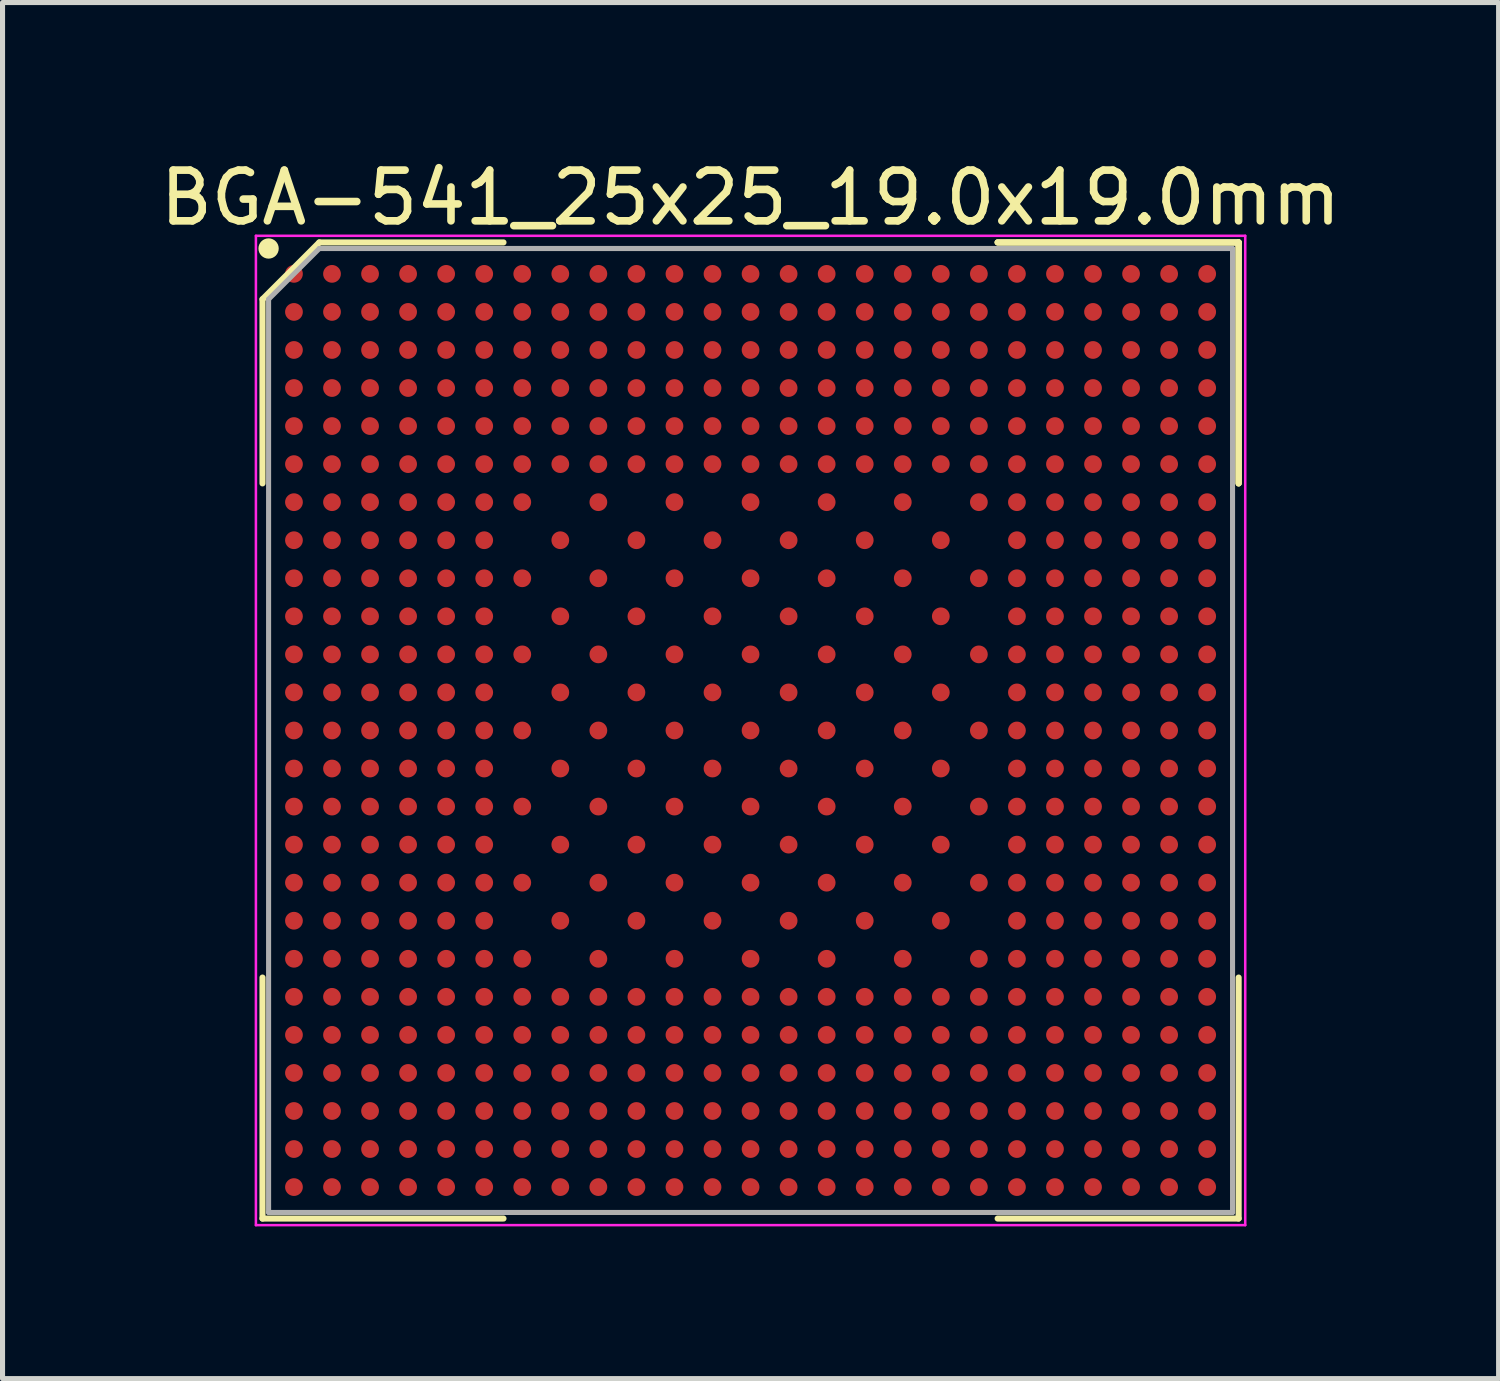
<source format=kicad_pcb>
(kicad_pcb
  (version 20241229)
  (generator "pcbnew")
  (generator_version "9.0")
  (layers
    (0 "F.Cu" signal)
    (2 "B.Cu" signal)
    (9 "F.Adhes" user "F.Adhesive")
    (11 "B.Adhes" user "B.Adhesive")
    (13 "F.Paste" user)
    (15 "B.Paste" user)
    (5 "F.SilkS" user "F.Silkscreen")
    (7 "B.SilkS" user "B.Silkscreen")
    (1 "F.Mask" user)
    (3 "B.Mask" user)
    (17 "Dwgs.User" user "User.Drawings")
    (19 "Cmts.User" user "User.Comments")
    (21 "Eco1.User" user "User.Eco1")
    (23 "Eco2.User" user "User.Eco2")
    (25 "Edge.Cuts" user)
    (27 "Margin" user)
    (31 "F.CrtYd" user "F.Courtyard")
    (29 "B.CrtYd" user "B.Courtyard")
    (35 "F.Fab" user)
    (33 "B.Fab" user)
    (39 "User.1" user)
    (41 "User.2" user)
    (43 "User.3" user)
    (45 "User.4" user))
  (footprint "BGA-541_25x25_19.0x19.0mm"
    (layer "F.Cu")
    (at 11.744 11.348)
    (property "Reference" "BGA-541_25x25_19.0x19.0mm" (at 0 -10.5 0) (layer "F.SilkS") (effects (font (size 1 1) (thickness 0.15))))
    (attr smd)
    (fp_line (start -9.62 -8.5) (end -9.62 -4.87) (stroke (width 0.12) (type solid)) (layer "F.SilkS"))
    (fp_line (start -9.62 9.62) (end -9.62 4.87) (stroke (width 0.12) (type solid)) (layer "F.SilkS"))
    (fp_line (start -8.5 -9.62) (end -9.62 -8.5) (stroke (width 0.12) (type solid)) (layer "F.SilkS"))
    (fp_line (start -4.87 -9.62) (end -8.5 -9.62) (stroke (width 0.12) (type solid)) (layer "F.SilkS"))
    (fp_line (start -4.87 9.62) (end -9.62 9.62) (stroke (width 0.12) (type solid)) (layer "F.SilkS"))
    (fp_line (start 4.87 -9.62) (end 9.62 -9.62) (stroke (width 0.12) (type solid)) (layer "F.SilkS"))
    (fp_line (start 4.87 -9.62) (end 9.62 -9.62) (stroke (width 0.12) (type solid)) (layer "F.SilkS"))
    (fp_line (start 4.87 -9.62) (end 9.62 -9.62) (stroke (width 0.12) (type solid)) (layer "F.SilkS"))
    (fp_line (start 4.87 9.62) (end 9.62 9.62) (stroke (width 0.12) (type solid)) (layer "F.SilkS"))
    (fp_line (start 9.62 -9.62) (end 9.62 -4.87) (stroke (width 0.12) (type solid)) (layer "F.SilkS"))
    (fp_line (start 9.62 -9.62) (end 9.62 -4.87) (stroke (width 0.12) (type solid)) (layer "F.SilkS"))
    (fp_line (start 9.62 -9.62) (end 9.62 -4.87) (stroke (width 0.12) (type solid)) (layer "F.SilkS"))
    (fp_line (start 9.62 9.62) (end 9.62 4.87) (stroke (width 0.12) (type solid)) (layer "F.SilkS"))
    (fp_circle (center -9.5 -9.5) (end -9.5 -9.4) (stroke (width 0.2) (type solid)) (fill no) (layer "F.SilkS"))
    (fp_line (start -9.75 -9.75) (end 9.75 -9.75) (stroke (width 0.05) (type solid)) (layer "F.CrtYd"))
    (fp_line (start -9.75 9.75) (end -9.75 -9.75) (stroke (width 0.05) (type solid)) (layer "F.CrtYd"))
    (fp_line (start 9.75 -9.75) (end 9.75 9.75) (stroke (width 0.05) (type solid)) (layer "F.CrtYd"))
    (fp_line (start 9.75 9.75) (end -9.75 9.75) (stroke (width 0.05) (type solid)) (layer "F.CrtYd"))
    (fp_line (start -9.5 -8.5) (end -9.5 9.5) (stroke (width 0.1) (type solid)) (layer "F.Fab"))
    (fp_line (start -9.5 9.5) (end 9.5 9.5) (stroke (width 0.1) (type solid)) (layer "F.Fab"))
    (fp_line (start -8.5 -9.5) (end -9.5 -8.5) (stroke (width 0.1) (type solid)) (layer "F.Fab"))
    (fp_line (start 9.5 -9.5) (end -8.5 -9.5) (stroke (width 0.1) (type solid)) (layer "F.Fab"))
    (fp_line (start 9.5 9.5) (end 9.5 -9.5) (stroke (width 0.1) (type solid)) (layer "F.Fab"))
    (pad "A1" smd circle (at -9 -9) (size 0.35 0.35) (layers "F.Cu" "F.Mask" "F.Paste"))
    (pad "A2" smd circle (at -8.25 -9) (size 0.35 0.35) (layers "F.Cu" "F.Mask" "F.Paste"))
    (pad "A3" smd circle (at -7.5 -9) (size 0.35 0.35) (layers "F.Cu" "F.Mask" "F.Paste"))
    (pad "A4" smd circle (at -6.75 -9) (size 0.35 0.35) (layers "F.Cu" "F.Mask" "F.Paste"))
    (pad "A5" smd circle (at -6 -9) (size 0.35 0.35) (layers "F.Cu" "F.Mask" "F.Paste"))
    (pad "A6" smd circle (at -5.25 -9) (size 0.35 0.35) (layers "F.Cu" "F.Mask" "F.Paste"))
    (pad "A7" smd circle (at -4.5 -9) (size 0.35 0.35) (layers "F.Cu" "F.Mask" "F.Paste"))
    (pad "A8" smd circle (at -3.75 -9) (size 0.35 0.35) (layers "F.Cu" "F.Mask" "F.Paste"))
    (pad "A9" smd circle (at -3 -9) (size 0.35 0.35) (layers "F.Cu" "F.Mask" "F.Paste"))
    (pad "A10" smd circle (at -2.25 -9) (size 0.35 0.35) (layers "F.Cu" "F.Mask" "F.Paste"))
    (pad "A11" smd circle (at -1.5 -9) (size 0.35 0.35) (layers "F.Cu" "F.Mask" "F.Paste"))
    (pad "A12" smd circle (at -0.75 -9) (size 0.35 0.35) (layers "F.Cu" "F.Mask" "F.Paste"))
    (pad "A13" smd circle (at 0 -9) (size 0.35 0.35) (layers "F.Cu" "F.Mask" "F.Paste"))
    (pad "A14" smd circle (at 0.75 -9) (size 0.35 0.35) (layers "F.Cu" "F.Mask" "F.Paste"))
    (pad "A15" smd circle (at 1.5 -9) (size 0.35 0.35) (layers "F.Cu" "F.Mask" "F.Paste"))
    (pad "A16" smd circle (at 2.25 -9) (size 0.35 0.35) (layers "F.Cu" "F.Mask" "F.Paste"))
    (pad "A17" smd circle (at 3 -9) (size 0.35 0.35) (layers "F.Cu" "F.Mask" "F.Paste"))
    (pad "A18" smd circle (at 3.75 -9) (size 0.35 0.35) (layers "F.Cu" "F.Mask" "F.Paste"))
    (pad "A19" smd circle (at 4.5 -9) (size 0.35 0.35) (layers "F.Cu" "F.Mask" "F.Paste"))
    (pad "A20" smd circle (at 5.25 -9) (size 0.35 0.35) (layers "F.Cu" "F.Mask" "F.Paste"))
    (pad "A21" smd circle (at 6 -9) (size 0.35 0.35) (layers "F.Cu" "F.Mask" "F.Paste"))
    (pad "A22" smd circle (at 6.75 -9) (size 0.35 0.35) (layers "F.Cu" "F.Mask" "F.Paste"))
    (pad "A23" smd circle (at 7.5 -9) (size 0.35 0.35) (layers "F.Cu" "F.Mask" "F.Paste"))
    (pad "A24" smd circle (at 8.25 -9) (size 0.35 0.35) (layers "F.Cu" "F.Mask" "F.Paste"))
    (pad "A25" smd circle (at 9 -9) (size 0.35 0.35) (layers "F.Cu" "F.Mask" "F.Paste"))
    (pad "AA1" smd circle (at -9 6) (size 0.35 0.35) (layers "F.Cu" "F.Mask" "F.Paste"))
    (pad "AA2" smd circle (at -8.25 6) (size 0.35 0.35) (layers "F.Cu" "F.Mask" "F.Paste"))
    (pad "AA3" smd circle (at -7.5 6) (size 0.35 0.35) (layers "F.Cu" "F.Mask" "F.Paste"))
    (pad "AA4" smd circle (at -6.75 6) (size 0.35 0.35) (layers "F.Cu" "F.Mask" "F.Paste"))
    (pad "AA5" smd circle (at -6 6) (size 0.35 0.35) (layers "F.Cu" "F.Mask" "F.Paste"))
    (pad "AA6" smd circle (at -5.25 6) (size 0.35 0.35) (layers "F.Cu" "F.Mask" "F.Paste"))
    (pad "AA7" smd circle (at -4.5 6) (size 0.35 0.35) (layers "F.Cu" "F.Mask" "F.Paste"))
    (pad "AA8" smd circle (at -3.75 6) (size 0.35 0.35) (layers "F.Cu" "F.Mask" "F.Paste"))
    (pad "AA9" smd circle (at -3 6) (size 0.35 0.35) (layers "F.Cu" "F.Mask" "F.Paste"))
    (pad "AA10" smd circle (at -2.25 6) (size 0.35 0.35) (layers "F.Cu" "F.Mask" "F.Paste"))
    (pad "AA11" smd circle (at -1.5 6) (size 0.35 0.35) (layers "F.Cu" "F.Mask" "F.Paste"))
    (pad "AA12" smd circle (at -0.75 6) (size 0.35 0.35) (layers "F.Cu" "F.Mask" "F.Paste"))
    (pad "AA13" smd circle (at 0 6) (size 0.35 0.35) (layers "F.Cu" "F.Mask" "F.Paste"))
    (pad "AA14" smd circle (at 0.75 6) (size 0.35 0.35) (layers "F.Cu" "F.Mask" "F.Paste"))
    (pad "AA15" smd circle (at 1.5 6) (size 0.35 0.35) (layers "F.Cu" "F.Mask" "F.Paste"))
    (pad "AA16" smd circle (at 2.25 6) (size 0.35 0.35) (layers "F.Cu" "F.Mask" "F.Paste"))
    (pad "AA17" smd circle (at 3 6) (size 0.35 0.35) (layers "F.Cu" "F.Mask" "F.Paste"))
    (pad "AA18" smd circle (at 3.75 6) (size 0.35 0.35) (layers "F.Cu" "F.Mask" "F.Paste"))
    (pad "AA19" smd circle (at 4.5 6) (size 0.35 0.35) (layers "F.Cu" "F.Mask" "F.Paste"))
    (pad "AA20" smd circle (at 5.25 6) (size 0.35 0.35) (layers "F.Cu" "F.Mask" "F.Paste"))
    (pad "AA21" smd circle (at 6 6) (size 0.35 0.35) (layers "F.Cu" "F.Mask" "F.Paste"))
    (pad "AA22" smd circle (at 6.75 6) (size 0.35 0.35) (layers "F.Cu" "F.Mask" "F.Paste"))
    (pad "AA23" smd circle (at 7.5 6) (size 0.35 0.35) (layers "F.Cu" "F.Mask" "F.Paste"))
    (pad "AA24" smd circle (at 8.25 6) (size 0.35 0.35) (layers "F.Cu" "F.Mask" "F.Paste"))
    (pad "AA25" smd circle (at 9 6) (size 0.35 0.35) (layers "F.Cu" "F.Mask" "F.Paste"))
    (pad "AB1" smd circle (at -9 6.75) (size 0.35 0.35) (layers "F.Cu" "F.Mask" "F.Paste"))
    (pad "AB2" smd circle (at -8.25 6.75) (size 0.35 0.35) (layers "F.Cu" "F.Mask" "F.Paste"))
    (pad "AB3" smd circle (at -7.5 6.75) (size 0.35 0.35) (layers "F.Cu" "F.Mask" "F.Paste"))
    (pad "AB4" smd circle (at -6.75 6.75) (size 0.35 0.35) (layers "F.Cu" "F.Mask" "F.Paste"))
    (pad "AB5" smd circle (at -6 6.75) (size 0.35 0.35) (layers "F.Cu" "F.Mask" "F.Paste"))
    (pad "AB6" smd circle (at -5.25 6.75) (size 0.35 0.35) (layers "F.Cu" "F.Mask" "F.Paste"))
    (pad "AB7" smd circle (at -4.5 6.75) (size 0.35 0.35) (layers "F.Cu" "F.Mask" "F.Paste"))
    (pad "AB8" smd circle (at -3.75 6.75) (size 0.35 0.35) (layers "F.Cu" "F.Mask" "F.Paste"))
    (pad "AB9" smd circle (at -3 6.75) (size 0.35 0.35) (layers "F.Cu" "F.Mask" "F.Paste"))
    (pad "AB10" smd circle (at -2.25 6.75) (size 0.35 0.35) (layers "F.Cu" "F.Mask" "F.Paste"))
    (pad "AB11" smd circle (at -1.5 6.75) (size 0.35 0.35) (layers "F.Cu" "F.Mask" "F.Paste"))
    (pad "AB12" smd circle (at -0.75 6.75) (size 0.35 0.35) (layers "F.Cu" "F.Mask" "F.Paste"))
    (pad "AB13" smd circle (at 0 6.75) (size 0.35 0.35) (layers "F.Cu" "F.Mask" "F.Paste"))
    (pad "AB14" smd circle (at 0.75 6.75) (size 0.35 0.35) (layers "F.Cu" "F.Mask" "F.Paste"))
    (pad "AB15" smd circle (at 1.5 6.75) (size 0.35 0.35) (layers "F.Cu" "F.Mask" "F.Paste"))
    (pad "AB16" smd circle (at 2.25 6.75) (size 0.35 0.35) (layers "F.Cu" "F.Mask" "F.Paste"))
    (pad "AB17" smd circle (at 3 6.75) (size 0.35 0.35) (layers "F.Cu" "F.Mask" "F.Paste"))
    (pad "AB18" smd circle (at 3.75 6.75) (size 0.35 0.35) (layers "F.Cu" "F.Mask" "F.Paste"))
    (pad "AB19" smd circle (at 4.5 6.75) (size 0.35 0.35) (layers "F.Cu" "F.Mask" "F.Paste"))
    (pad "AB20" smd circle (at 5.25 6.75) (size 0.35 0.35) (layers "F.Cu" "F.Mask" "F.Paste"))
    (pad "AB21" smd circle (at 6 6.75) (size 0.35 0.35) (layers "F.Cu" "F.Mask" "F.Paste"))
    (pad "AB22" smd circle (at 6.75 6.75) (size 0.35 0.35) (layers "F.Cu" "F.Mask" "F.Paste"))
    (pad "AB23" smd circle (at 7.5 6.75) (size 0.35 0.35) (layers "F.Cu" "F.Mask" "F.Paste"))
    (pad "AB24" smd circle (at 8.25 6.75) (size 0.35 0.35) (layers "F.Cu" "F.Mask" "F.Paste"))
    (pad "AB25" smd circle (at 9 6.75) (size 0.35 0.35) (layers "F.Cu" "F.Mask" "F.Paste"))
    (pad "AC1" smd circle (at -9 7.5) (size 0.35 0.35) (layers "F.Cu" "F.Mask" "F.Paste"))
    (pad "AC2" smd circle (at -8.25 7.5) (size 0.35 0.35) (layers "F.Cu" "F.Mask" "F.Paste"))
    (pad "AC3" smd circle (at -7.5 7.5) (size 0.35 0.35) (layers "F.Cu" "F.Mask" "F.Paste"))
    (pad "AC4" smd circle (at -6.75 7.5) (size 0.35 0.35) (layers "F.Cu" "F.Mask" "F.Paste"))
    (pad "AC5" smd circle (at -6 7.5) (size 0.35 0.35) (layers "F.Cu" "F.Mask" "F.Paste"))
    (pad "AC6" smd circle (at -5.25 7.5) (size 0.35 0.35) (layers "F.Cu" "F.Mask" "F.Paste"))
    (pad "AC7" smd circle (at -4.5 7.5) (size 0.35 0.35) (layers "F.Cu" "F.Mask" "F.Paste"))
    (pad "AC8" smd circle (at -3.75 7.5) (size 0.35 0.35) (layers "F.Cu" "F.Mask" "F.Paste"))
    (pad "AC9" smd circle (at -3 7.5) (size 0.35 0.35) (layers "F.Cu" "F.Mask" "F.Paste"))
    (pad "AC10" smd circle (at -2.25 7.5) (size 0.35 0.35) (layers "F.Cu" "F.Mask" "F.Paste"))
    (pad "AC11" smd circle (at -1.5 7.5) (size 0.35 0.35) (layers "F.Cu" "F.Mask" "F.Paste"))
    (pad "AC12" smd circle (at -0.75 7.5) (size 0.35 0.35) (layers "F.Cu" "F.Mask" "F.Paste"))
    (pad "AC13" smd circle (at 0 7.5) (size 0.35 0.35) (layers "F.Cu" "F.Mask" "F.Paste"))
    (pad "AC14" smd circle (at 0.75 7.5) (size 0.35 0.35) (layers "F.Cu" "F.Mask" "F.Paste"))
    (pad "AC15" smd circle (at 1.5 7.5) (size 0.35 0.35) (layers "F.Cu" "F.Mask" "F.Paste"))
    (pad "AC16" smd circle (at 2.25 7.5) (size 0.35 0.35) (layers "F.Cu" "F.Mask" "F.Paste"))
    (pad "AC17" smd circle (at 3 7.5) (size 0.35 0.35) (layers "F.Cu" "F.Mask" "F.Paste"))
    (pad "AC18" smd circle (at 3.75 7.5) (size 0.35 0.35) (layers "F.Cu" "F.Mask" "F.Paste"))
    (pad "AC19" smd circle (at 4.5 7.5) (size 0.35 0.35) (layers "F.Cu" "F.Mask" "F.Paste"))
    (pad "AC20" smd circle (at 5.25 7.5) (size 0.35 0.35) (layers "F.Cu" "F.Mask" "F.Paste"))
    (pad "AC21" smd circle (at 6 7.5) (size 0.35 0.35) (layers "F.Cu" "F.Mask" "F.Paste"))
    (pad "AC22" smd circle (at 6.75 7.5) (size 0.35 0.35) (layers "F.Cu" "F.Mask" "F.Paste"))
    (pad "AC23" smd circle (at 7.5 7.5) (size 0.35 0.35) (layers "F.Cu" "F.Mask" "F.Paste"))
    (pad "AC24" smd circle (at 8.25 7.5) (size 0.35 0.35) (layers "F.Cu" "F.Mask" "F.Paste"))
    (pad "AC25" smd circle (at 9 7.5) (size 0.35 0.35) (layers "F.Cu" "F.Mask" "F.Paste"))
    (pad "AD1" smd circle (at -9 8.25) (size 0.35 0.35) (layers "F.Cu" "F.Mask" "F.Paste"))
    (pad "AD2" smd circle (at -8.25 8.25) (size 0.35 0.35) (layers "F.Cu" "F.Mask" "F.Paste"))
    (pad "AD3" smd circle (at -7.5 8.25) (size 0.35 0.35) (layers "F.Cu" "F.Mask" "F.Paste"))
    (pad "AD4" smd circle (at -6.75 8.25) (size 0.35 0.35) (layers "F.Cu" "F.Mask" "F.Paste"))
    (pad "AD5" smd circle (at -6 8.25) (size 0.35 0.35) (layers "F.Cu" "F.Mask" "F.Paste"))
    (pad "AD6" smd circle (at -5.25 8.25) (size 0.35 0.35) (layers "F.Cu" "F.Mask" "F.Paste"))
    (pad "AD7" smd circle (at -4.5 8.25) (size 0.35 0.35) (layers "F.Cu" "F.Mask" "F.Paste"))
    (pad "AD8" smd circle (at -3.75 8.25) (size 0.35 0.35) (layers "F.Cu" "F.Mask" "F.Paste"))
    (pad "AD9" smd circle (at -3 8.25) (size 0.35 0.35) (layers "F.Cu" "F.Mask" "F.Paste"))
    (pad "AD10" smd circle (at -2.25 8.25) (size 0.35 0.35) (layers "F.Cu" "F.Mask" "F.Paste"))
    (pad "AD11" smd circle (at -1.5 8.25) (size 0.35 0.35) (layers "F.Cu" "F.Mask" "F.Paste"))
    (pad "AD12" smd circle (at -0.75 8.25) (size 0.35 0.35) (layers "F.Cu" "F.Mask" "F.Paste"))
    (pad "AD13" smd circle (at 0 8.25) (size 0.35 0.35) (layers "F.Cu" "F.Mask" "F.Paste"))
    (pad "AD14" smd circle (at 0.75 8.25) (size 0.35 0.35) (layers "F.Cu" "F.Mask" "F.Paste"))
    (pad "AD15" smd circle (at 1.5 8.25) (size 0.35 0.35) (layers "F.Cu" "F.Mask" "F.Paste"))
    (pad "AD16" smd circle (at 2.25 8.25) (size 0.35 0.35) (layers "F.Cu" "F.Mask" "F.Paste"))
    (pad "AD17" smd circle (at 3 8.25) (size 0.35 0.35) (layers "F.Cu" "F.Mask" "F.Paste"))
    (pad "AD18" smd circle (at 3.75 8.25) (size 0.35 0.35) (layers "F.Cu" "F.Mask" "F.Paste"))
    (pad "AD19" smd circle (at 4.5 8.25) (size 0.35 0.35) (layers "F.Cu" "F.Mask" "F.Paste"))
    (pad "AD20" smd circle (at 5.25 8.25) (size 0.35 0.35) (layers "F.Cu" "F.Mask" "F.Paste"))
    (pad "AD21" smd circle (at 6 8.25) (size 0.35 0.35) (layers "F.Cu" "F.Mask" "F.Paste"))
    (pad "AD22" smd circle (at 6.75 8.25) (size 0.35 0.35) (layers "F.Cu" "F.Mask" "F.Paste"))
    (pad "AD23" smd circle (at 7.5 8.25) (size 0.35 0.35) (layers "F.Cu" "F.Mask" "F.Paste"))
    (pad "AD24" smd circle (at 8.25 8.25) (size 0.35 0.35) (layers "F.Cu" "F.Mask" "F.Paste"))
    (pad "AD25" smd circle (at 9 8.25) (size 0.35 0.35) (layers "F.Cu" "F.Mask" "F.Paste"))
    (pad "AE1" smd circle (at -9 9) (size 0.35 0.35) (layers "F.Cu" "F.Mask" "F.Paste"))
    (pad "AE2" smd circle (at -8.25 9) (size 0.35 0.35) (layers "F.Cu" "F.Mask" "F.Paste"))
    (pad "AE3" smd circle (at -7.5 9) (size 0.35 0.35) (layers "F.Cu" "F.Mask" "F.Paste"))
    (pad "AE4" smd circle (at -6.75 9) (size 0.35 0.35) (layers "F.Cu" "F.Mask" "F.Paste"))
    (pad "AE5" smd circle (at -6 9) (size 0.35 0.35) (layers "F.Cu" "F.Mask" "F.Paste"))
    (pad "AE6" smd circle (at -5.25 9) (size 0.35 0.35) (layers "F.Cu" "F.Mask" "F.Paste"))
    (pad "AE7" smd circle (at -4.5 9) (size 0.35 0.35) (layers "F.Cu" "F.Mask" "F.Paste"))
    (pad "AE8" smd circle (at -3.75 9) (size 0.35 0.35) (layers "F.Cu" "F.Mask" "F.Paste"))
    (pad "AE9" smd circle (at -3 9) (size 0.35 0.35) (layers "F.Cu" "F.Mask" "F.Paste"))
    (pad "AE10" smd circle (at -2.25 9) (size 0.35 0.35) (layers "F.Cu" "F.Mask" "F.Paste"))
    (pad "AE11" smd circle (at -1.5 9) (size 0.35 0.35) (layers "F.Cu" "F.Mask" "F.Paste"))
    (pad "AE12" smd circle (at -0.75 9) (size 0.35 0.35) (layers "F.Cu" "F.Mask" "F.Paste"))
    (pad "AE13" smd circle (at 0 9) (size 0.35 0.35) (layers "F.Cu" "F.Mask" "F.Paste"))
    (pad "AE14" smd circle (at 0.75 9) (size 0.35 0.35) (layers "F.Cu" "F.Mask" "F.Paste"))
    (pad "AE15" smd circle (at 1.5 9) (size 0.35 0.35) (layers "F.Cu" "F.Mask" "F.Paste"))
    (pad "AE16" smd circle (at 2.25 9) (size 0.35 0.35) (layers "F.Cu" "F.Mask" "F.Paste"))
    (pad "AE17" smd circle (at 3 9) (size 0.35 0.35) (layers "F.Cu" "F.Mask" "F.Paste"))
    (pad "AE18" smd circle (at 3.75 9) (size 0.35 0.35) (layers "F.Cu" "F.Mask" "F.Paste"))
    (pad "AE19" smd circle (at 4.5 9) (size 0.35 0.35) (layers "F.Cu" "F.Mask" "F.Paste"))
    (pad "AE20" smd circle (at 5.25 9) (size 0.35 0.35) (layers "F.Cu" "F.Mask" "F.Paste"))
    (pad "AE21" smd circle (at 6 9) (size 0.35 0.35) (layers "F.Cu" "F.Mask" "F.Paste"))
    (pad "AE22" smd circle (at 6.75 9) (size 0.35 0.35) (layers "F.Cu" "F.Mask" "F.Paste"))
    (pad "AE23" smd circle (at 7.5 9) (size 0.35 0.35) (layers "F.Cu" "F.Mask" "F.Paste"))
    (pad "AE24" smd circle (at 8.25 9) (size 0.35 0.35) (layers "F.Cu" "F.Mask" "F.Paste"))
    (pad "AE25" smd circle (at 9 9) (size 0.35 0.35) (layers "F.Cu" "F.Mask" "F.Paste"))
    (pad "B1" smd circle (at -9 -8.25) (size 0.35 0.35) (layers "F.Cu" "F.Mask" "F.Paste"))
    (pad "B2" smd circle (at -8.25 -8.25) (size 0.35 0.35) (layers "F.Cu" "F.Mask" "F.Paste"))
    (pad "B3" smd circle (at -7.5 -8.25) (size 0.35 0.35) (layers "F.Cu" "F.Mask" "F.Paste"))
    (pad "B4" smd circle (at -6.75 -8.25) (size 0.35 0.35) (layers "F.Cu" "F.Mask" "F.Paste"))
    (pad "B5" smd circle (at -6 -8.25) (size 0.35 0.35) (layers "F.Cu" "F.Mask" "F.Paste"))
    (pad "B6" smd circle (at -5.25 -8.25) (size 0.35 0.35) (layers "F.Cu" "F.Mask" "F.Paste"))
    (pad "B7" smd circle (at -4.5 -8.25) (size 0.35 0.35) (layers "F.Cu" "F.Mask" "F.Paste"))
    (pad "B8" smd circle (at -3.75 -8.25) (size 0.35 0.35) (layers "F.Cu" "F.Mask" "F.Paste"))
    (pad "B9" smd circle (at -3 -8.25) (size 0.35 0.35) (layers "F.Cu" "F.Mask" "F.Paste"))
    (pad "B10" smd circle (at -2.25 -8.25) (size 0.35 0.35) (layers "F.Cu" "F.Mask" "F.Paste"))
    (pad "B11" smd circle (at -1.5 -8.25) (size 0.35 0.35) (layers "F.Cu" "F.Mask" "F.Paste"))
    (pad "B12" smd circle (at -0.75 -8.25) (size 0.35 0.35) (layers "F.Cu" "F.Mask" "F.Paste"))
    (pad "B13" smd circle (at 0 -8.25) (size 0.35 0.35) (layers "F.Cu" "F.Mask" "F.Paste"))
    (pad "B14" smd circle (at 0.75 -8.25) (size 0.35 0.35) (layers "F.Cu" "F.Mask" "F.Paste"))
    (pad "B15" smd circle (at 1.5 -8.25) (size 0.35 0.35) (layers "F.Cu" "F.Mask" "F.Paste"))
    (pad "B16" smd circle (at 2.25 -8.25) (size 0.35 0.35) (layers "F.Cu" "F.Mask" "F.Paste"))
    (pad "B17" smd circle (at 3 -8.25) (size 0.35 0.35) (layers "F.Cu" "F.Mask" "F.Paste"))
    (pad "B18" smd circle (at 3.75 -8.25) (size 0.35 0.35) (layers "F.Cu" "F.Mask" "F.Paste"))
    (pad "B19" smd circle (at 4.5 -8.25) (size 0.35 0.35) (layers "F.Cu" "F.Mask" "F.Paste"))
    (pad "B20" smd circle (at 5.25 -8.25) (size 0.35 0.35) (layers "F.Cu" "F.Mask" "F.Paste"))
    (pad "B21" smd circle (at 6 -8.25) (size 0.35 0.35) (layers "F.Cu" "F.Mask" "F.Paste"))
    (pad "B22" smd circle (at 6.75 -8.25) (size 0.35 0.35) (layers "F.Cu" "F.Mask" "F.Paste"))
    (pad "B23" smd circle (at 7.5 -8.25) (size 0.35 0.35) (layers "F.Cu" "F.Mask" "F.Paste"))
    (pad "B24" smd circle (at 8.25 -8.25) (size 0.35 0.35) (layers "F.Cu" "F.Mask" "F.Paste"))
    (pad "B25" smd circle (at 9 -8.25) (size 0.35 0.35) (layers "F.Cu" "F.Mask" "F.Paste"))
    (pad "C1" smd circle (at -9 -7.5) (size 0.35 0.35) (layers "F.Cu" "F.Mask" "F.Paste"))
    (pad "C2" smd circle (at -8.25 -7.5) (size 0.35 0.35) (layers "F.Cu" "F.Mask" "F.Paste"))
    (pad "C3" smd circle (at -7.5 -7.5) (size 0.35 0.35) (layers "F.Cu" "F.Mask" "F.Paste"))
    (pad "C4" smd circle (at -6.75 -7.5) (size 0.35 0.35) (layers "F.Cu" "F.Mask" "F.Paste"))
    (pad "C5" smd circle (at -6 -7.5) (size 0.35 0.35) (layers "F.Cu" "F.Mask" "F.Paste"))
    (pad "C6" smd circle (at -5.25 -7.5) (size 0.35 0.35) (layers "F.Cu" "F.Mask" "F.Paste"))
    (pad "C7" smd circle (at -4.5 -7.5) (size 0.35 0.35) (layers "F.Cu" "F.Mask" "F.Paste"))
    (pad "C8" smd circle (at -3.75 -7.5) (size 0.35 0.35) (layers "F.Cu" "F.Mask" "F.Paste"))
    (pad "C9" smd circle (at -3 -7.5) (size 0.35 0.35) (layers "F.Cu" "F.Mask" "F.Paste"))
    (pad "C10" smd circle (at -2.25 -7.5) (size 0.35 0.35) (layers "F.Cu" "F.Mask" "F.Paste"))
    (pad "C11" smd circle (at -1.5 -7.5) (size 0.35 0.35) (layers "F.Cu" "F.Mask" "F.Paste"))
    (pad "C12" smd circle (at -0.75 -7.5) (size 0.35 0.35) (layers "F.Cu" "F.Mask" "F.Paste"))
    (pad "C13" smd circle (at 0 -7.5) (size 0.35 0.35) (layers "F.Cu" "F.Mask" "F.Paste"))
    (pad "C14" smd circle (at 0.75 -7.5) (size 0.35 0.35) (layers "F.Cu" "F.Mask" "F.Paste"))
    (pad "C15" smd circle (at 1.5 -7.5) (size 0.35 0.35) (layers "F.Cu" "F.Mask" "F.Paste"))
    (pad "C16" smd circle (at 2.25 -7.5) (size 0.35 0.35) (layers "F.Cu" "F.Mask" "F.Paste"))
    (pad "C17" smd circle (at 3 -7.5) (size 0.35 0.35) (layers "F.Cu" "F.Mask" "F.Paste"))
    (pad "C18" smd circle (at 3.75 -7.5) (size 0.35 0.35) (layers "F.Cu" "F.Mask" "F.Paste"))
    (pad "C19" smd circle (at 4.5 -7.5) (size 0.35 0.35) (layers "F.Cu" "F.Mask" "F.Paste"))
    (pad "C20" smd circle (at 5.25 -7.5) (size 0.35 0.35) (layers "F.Cu" "F.Mask" "F.Paste"))
    (pad "C21" smd circle (at 6 -7.5) (size 0.35 0.35) (layers "F.Cu" "F.Mask" "F.Paste"))
    (pad "C22" smd circle (at 6.75 -7.5) (size 0.35 0.35) (layers "F.Cu" "F.Mask" "F.Paste"))
    (pad "C23" smd circle (at 7.5 -7.5) (size 0.35 0.35) (layers "F.Cu" "F.Mask" "F.Paste"))
    (pad "C24" smd circle (at 8.25 -7.5) (size 0.35 0.35) (layers "F.Cu" "F.Mask" "F.Paste"))
    (pad "C25" smd circle (at 9 -7.5) (size 0.35 0.35) (layers "F.Cu" "F.Mask" "F.Paste"))
    (pad "D1" smd circle (at -9 -6.75) (size 0.35 0.35) (layers "F.Cu" "F.Mask" "F.Paste"))
    (pad "D2" smd circle (at -8.25 -6.75) (size 0.35 0.35) (layers "F.Cu" "F.Mask" "F.Paste"))
    (pad "D3" smd circle (at -7.5 -6.75) (size 0.35 0.35) (layers "F.Cu" "F.Mask" "F.Paste"))
    (pad "D4" smd circle (at -6.75 -6.75) (size 0.35 0.35) (layers "F.Cu" "F.Mask" "F.Paste"))
    (pad "D5" smd circle (at -6 -6.75) (size 0.35 0.35) (layers "F.Cu" "F.Mask" "F.Paste"))
    (pad "D6" smd circle (at -5.25 -6.75) (size 0.35 0.35) (layers "F.Cu" "F.Mask" "F.Paste"))
    (pad "D7" smd circle (at -4.5 -6.75) (size 0.35 0.35) (layers "F.Cu" "F.Mask" "F.Paste"))
    (pad "D8" smd circle (at -3.75 -6.75) (size 0.35 0.35) (layers "F.Cu" "F.Mask" "F.Paste"))
    (pad "D9" smd circle (at -3 -6.75) (size 0.35 0.35) (layers "F.Cu" "F.Mask" "F.Paste"))
    (pad "D10" smd circle (at -2.25 -6.75) (size 0.35 0.35) (layers "F.Cu" "F.Mask" "F.Paste"))
    (pad "D11" smd circle (at -1.5 -6.75) (size 0.35 0.35) (layers "F.Cu" "F.Mask" "F.Paste"))
    (pad "D12" smd circle (at -0.75 -6.75) (size 0.35 0.35) (layers "F.Cu" "F.Mask" "F.Paste"))
    (pad "D13" smd circle (at 0 -6.75) (size 0.35 0.35) (layers "F.Cu" "F.Mask" "F.Paste"))
    (pad "D14" smd circle (at 0.75 -6.75) (size 0.35 0.35) (layers "F.Cu" "F.Mask" "F.Paste"))
    (pad "D15" smd circle (at 1.5 -6.75) (size 0.35 0.35) (layers "F.Cu" "F.Mask" "F.Paste"))
    (pad "D16" smd circle (at 2.25 -6.75) (size 0.35 0.35) (layers "F.Cu" "F.Mask" "F.Paste"))
    (pad "D17" smd circle (at 3 -6.75) (size 0.35 0.35) (layers "F.Cu" "F.Mask" "F.Paste"))
    (pad "D18" smd circle (at 3.75 -6.75) (size 0.35 0.35) (layers "F.Cu" "F.Mask" "F.Paste"))
    (pad "D19" smd circle (at 4.5 -6.75) (size 0.35 0.35) (layers "F.Cu" "F.Mask" "F.Paste"))
    (pad "D20" smd circle (at 5.25 -6.75) (size 0.35 0.35) (layers "F.Cu" "F.Mask" "F.Paste"))
    (pad "D21" smd circle (at 6 -6.75) (size 0.35 0.35) (layers "F.Cu" "F.Mask" "F.Paste"))
    (pad "D22" smd circle (at 6.75 -6.75) (size 0.35 0.35) (layers "F.Cu" "F.Mask" "F.Paste"))
    (pad "D23" smd circle (at 7.5 -6.75) (size 0.35 0.35) (layers "F.Cu" "F.Mask" "F.Paste"))
    (pad "D24" smd circle (at 8.25 -6.75) (size 0.35 0.35) (layers "F.Cu" "F.Mask" "F.Paste"))
    (pad "D25" smd circle (at 9 -6.75) (size 0.35 0.35) (layers "F.Cu" "F.Mask" "F.Paste"))
    (pad "E1" smd circle (at -9 -6) (size 0.35 0.35) (layers "F.Cu" "F.Mask" "F.Paste"))
    (pad "E2" smd circle (at -8.25 -6) (size 0.35 0.35) (layers "F.Cu" "F.Mask" "F.Paste"))
    (pad "E3" smd circle (at -7.5 -6) (size 0.35 0.35) (layers "F.Cu" "F.Mask" "F.Paste"))
    (pad "E4" smd circle (at -6.75 -6) (size 0.35 0.35) (layers "F.Cu" "F.Mask" "F.Paste"))
    (pad "E5" smd circle (at -6 -6) (size 0.35 0.35) (layers "F.Cu" "F.Mask" "F.Paste"))
    (pad "E6" smd circle (at -5.25 -6) (size 0.35 0.35) (layers "F.Cu" "F.Mask" "F.Paste"))
    (pad "E7" smd circle (at -4.5 -6) (size 0.35 0.35) (layers "F.Cu" "F.Mask" "F.Paste"))
    (pad "E8" smd circle (at -3.75 -6) (size 0.35 0.35) (layers "F.Cu" "F.Mask" "F.Paste"))
    (pad "E9" smd circle (at -3 -6) (size 0.35 0.35) (layers "F.Cu" "F.Mask" "F.Paste"))
    (pad "E10" smd circle (at -2.25 -6) (size 0.35 0.35) (layers "F.Cu" "F.Mask" "F.Paste"))
    (pad "E11" smd circle (at -1.5 -6) (size 0.35 0.35) (layers "F.Cu" "F.Mask" "F.Paste"))
    (pad "E12" smd circle (at -0.75 -6) (size 0.35 0.35) (layers "F.Cu" "F.Mask" "F.Paste"))
    (pad "E13" smd circle (at 0 -6) (size 0.35 0.35) (layers "F.Cu" "F.Mask" "F.Paste"))
    (pad "E14" smd circle (at 0.75 -6) (size 0.35 0.35) (layers "F.Cu" "F.Mask" "F.Paste"))
    (pad "E15" smd circle (at 1.5 -6) (size 0.35 0.35) (layers "F.Cu" "F.Mask" "F.Paste"))
    (pad "E16" smd circle (at 2.25 -6) (size 0.35 0.35) (layers "F.Cu" "F.Mask" "F.Paste"))
    (pad "E17" smd circle (at 3 -6) (size 0.35 0.35) (layers "F.Cu" "F.Mask" "F.Paste"))
    (pad "E18" smd circle (at 3.75 -6) (size 0.35 0.35) (layers "F.Cu" "F.Mask" "F.Paste"))
    (pad "E19" smd circle (at 4.5 -6) (size 0.35 0.35) (layers "F.Cu" "F.Mask" "F.Paste"))
    (pad "E20" smd circle (at 5.25 -6) (size 0.35 0.35) (layers "F.Cu" "F.Mask" "F.Paste"))
    (pad "E21" smd circle (at 6 -6) (size 0.35 0.35) (layers "F.Cu" "F.Mask" "F.Paste"))
    (pad "E22" smd circle (at 6.75 -6) (size 0.35 0.35) (layers "F.Cu" "F.Mask" "F.Paste"))
    (pad "E23" smd circle (at 7.5 -6) (size 0.35 0.35) (layers "F.Cu" "F.Mask" "F.Paste"))
    (pad "E24" smd circle (at 8.25 -6) (size 0.35 0.35) (layers "F.Cu" "F.Mask" "F.Paste"))
    (pad "E25" smd circle (at 9 -6) (size 0.35 0.35) (layers "F.Cu" "F.Mask" "F.Paste"))
    (pad "F1" smd circle (at -9 -5.25) (size 0.35 0.35) (layers "F.Cu" "F.Mask" "F.Paste"))
    (pad "F2" smd circle (at -8.25 -5.25) (size 0.35 0.35) (layers "F.Cu" "F.Mask" "F.Paste"))
    (pad "F3" smd circle (at -7.5 -5.25) (size 0.35 0.35) (layers "F.Cu" "F.Mask" "F.Paste"))
    (pad "F4" smd circle (at -6.75 -5.25) (size 0.35 0.35) (layers "F.Cu" "F.Mask" "F.Paste"))
    (pad "F5" smd circle (at -6 -5.25) (size 0.35 0.35) (layers "F.Cu" "F.Mask" "F.Paste"))
    (pad "F6" smd circle (at -5.25 -5.25) (size 0.35 0.35) (layers "F.Cu" "F.Mask" "F.Paste"))
    (pad "F7" smd circle (at -4.5 -5.25) (size 0.35 0.35) (layers "F.Cu" "F.Mask" "F.Paste"))
    (pad "F8" smd circle (at -3.75 -5.25) (size 0.35 0.35) (layers "F.Cu" "F.Mask" "F.Paste"))
    (pad "F9" smd circle (at -3 -5.25) (size 0.35 0.35) (layers "F.Cu" "F.Mask" "F.Paste"))
    (pad "F10" smd circle (at -2.25 -5.25) (size 0.35 0.35) (layers "F.Cu" "F.Mask" "F.Paste"))
    (pad "F11" smd circle (at -1.5 -5.25) (size 0.35 0.35) (layers "F.Cu" "F.Mask" "F.Paste"))
    (pad "F12" smd circle (at -0.75 -5.25) (size 0.35 0.35) (layers "F.Cu" "F.Mask" "F.Paste"))
    (pad "F13" smd circle (at 0 -5.25) (size 0.35 0.35) (layers "F.Cu" "F.Mask" "F.Paste"))
    (pad "F14" smd circle (at 0.75 -5.25) (size 0.35 0.35) (layers "F.Cu" "F.Mask" "F.Paste"))
    (pad "F15" smd circle (at 1.5 -5.25) (size 0.35 0.35) (layers "F.Cu" "F.Mask" "F.Paste"))
    (pad "F16" smd circle (at 2.25 -5.25) (size 0.35 0.35) (layers "F.Cu" "F.Mask" "F.Paste"))
    (pad "F17" smd circle (at 3 -5.25) (size 0.35 0.35) (layers "F.Cu" "F.Mask" "F.Paste"))
    (pad "F18" smd circle (at 3.75 -5.25) (size 0.35 0.35) (layers "F.Cu" "F.Mask" "F.Paste"))
    (pad "F19" smd circle (at 4.5 -5.25) (size 0.35 0.35) (layers "F.Cu" "F.Mask" "F.Paste"))
    (pad "F20" smd circle (at 5.25 -5.25) (size 0.35 0.35) (layers "F.Cu" "F.Mask" "F.Paste"))
    (pad "F21" smd circle (at 6 -5.25) (size 0.35 0.35) (layers "F.Cu" "F.Mask" "F.Paste"))
    (pad "F22" smd circle (at 6.75 -5.25) (size 0.35 0.35) (layers "F.Cu" "F.Mask" "F.Paste"))
    (pad "F23" smd circle (at 7.5 -5.25) (size 0.35 0.35) (layers "F.Cu" "F.Mask" "F.Paste"))
    (pad "F24" smd circle (at 8.25 -5.25) (size 0.35 0.35) (layers "F.Cu" "F.Mask" "F.Paste"))
    (pad "F25" smd circle (at 9 -5.25) (size 0.35 0.35) (layers "F.Cu" "F.Mask" "F.Paste"))
    (pad "G1" smd circle (at -9 -4.5) (size 0.35 0.35) (layers "F.Cu" "F.Mask" "F.Paste"))
    (pad "G2" smd circle (at -8.25 -4.5) (size 0.35 0.35) (layers "F.Cu" "F.Mask" "F.Paste"))
    (pad "G3" smd circle (at -7.5 -4.5) (size 0.35 0.35) (layers "F.Cu" "F.Mask" "F.Paste"))
    (pad "G4" smd circle (at -6.75 -4.5) (size 0.35 0.35) (layers "F.Cu" "F.Mask" "F.Paste"))
    (pad "G5" smd circle (at -6 -4.5) (size 0.35 0.35) (layers "F.Cu" "F.Mask" "F.Paste"))
    (pad "G6" smd circle (at -5.25 -4.5) (size 0.35 0.35) (layers "F.Cu" "F.Mask" "F.Paste"))
    (pad "G7" smd circle (at -4.5 -4.5) (size 0.35 0.35) (layers "F.Cu" "F.Mask" "F.Paste"))
    (pad "G9" smd circle (at -3 -4.5) (size 0.35 0.35) (layers "F.Cu" "F.Mask" "F.Paste"))
    (pad "G11" smd circle (at -1.5 -4.5) (size 0.35 0.35) (layers "F.Cu" "F.Mask" "F.Paste"))
    (pad "G13" smd circle (at 0 -4.5) (size 0.35 0.35) (layers "F.Cu" "F.Mask" "F.Paste"))
    (pad "G15" smd circle (at 1.5 -4.5) (size 0.35 0.35) (layers "F.Cu" "F.Mask" "F.Paste"))
    (pad "G17" smd circle (at 3 -4.5) (size 0.35 0.35) (layers "F.Cu" "F.Mask" "F.Paste"))
    (pad "G19" smd circle (at 4.5 -4.5) (size 0.35 0.35) (layers "F.Cu" "F.Mask" "F.Paste"))
    (pad "G20" smd circle (at 5.25 -4.5) (size 0.35 0.35) (layers "F.Cu" "F.Mask" "F.Paste"))
    (pad "G21" smd circle (at 6 -4.5) (size 0.35 0.35) (layers "F.Cu" "F.Mask" "F.Paste"))
    (pad "G22" smd circle (at 6.75 -4.5) (size 0.35 0.35) (layers "F.Cu" "F.Mask" "F.Paste"))
    (pad "G23" smd circle (at 7.5 -4.5) (size 0.35 0.35) (layers "F.Cu" "F.Mask" "F.Paste"))
    (pad "G24" smd circle (at 8.25 -4.5) (size 0.35 0.35) (layers "F.Cu" "F.Mask" "F.Paste"))
    (pad "G25" smd circle (at 9 -4.5) (size 0.35 0.35) (layers "F.Cu" "F.Mask" "F.Paste"))
    (pad "H1" smd circle (at -9 -3.75) (size 0.35 0.35) (layers "F.Cu" "F.Mask" "F.Paste"))
    (pad "H2" smd circle (at -8.25 -3.75) (size 0.35 0.35) (layers "F.Cu" "F.Mask" "F.Paste"))
    (pad "H3" smd circle (at -7.5 -3.75) (size 0.35 0.35) (layers "F.Cu" "F.Mask" "F.Paste"))
    (pad "H4" smd circle (at -6.75 -3.75) (size 0.35 0.35) (layers "F.Cu" "F.Mask" "F.Paste"))
    (pad "H5" smd circle (at -6 -3.75) (size 0.35 0.35) (layers "F.Cu" "F.Mask" "F.Paste"))
    (pad "H6" smd circle (at -5.25 -3.75) (size 0.35 0.35) (layers "F.Cu" "F.Mask" "F.Paste"))
    (pad "H8" smd circle (at -3.75 -3.75) (size 0.35 0.35) (layers "F.Cu" "F.Mask" "F.Paste"))
    (pad "H10" smd circle (at -2.25 -3.75) (size 0.35 0.35) (layers "F.Cu" "F.Mask" "F.Paste"))
    (pad "H12" smd circle (at -0.75 -3.75) (size 0.35 0.35) (layers "F.Cu" "F.Mask" "F.Paste"))
    (pad "H14" smd circle (at 0.75 -3.75) (size 0.35 0.35) (layers "F.Cu" "F.Mask" "F.Paste"))
    (pad "H16" smd circle (at 2.25 -3.75) (size 0.35 0.35) (layers "F.Cu" "F.Mask" "F.Paste"))
    (pad "H18" smd circle (at 3.75 -3.75) (size 0.35 0.35) (layers "F.Cu" "F.Mask" "F.Paste"))
    (pad "H20" smd circle (at 5.25 -3.75) (size 0.35 0.35) (layers "F.Cu" "F.Mask" "F.Paste"))
    (pad "H21" smd circle (at 6 -3.75) (size 0.35 0.35) (layers "F.Cu" "F.Mask" "F.Paste"))
    (pad "H22" smd circle (at 6.75 -3.75) (size 0.35 0.35) (layers "F.Cu" "F.Mask" "F.Paste"))
    (pad "H23" smd circle (at 7.5 -3.75) (size 0.35 0.35) (layers "F.Cu" "F.Mask" "F.Paste"))
    (pad "H24" smd circle (at 8.25 -3.75) (size 0.35 0.35) (layers "F.Cu" "F.Mask" "F.Paste"))
    (pad "H25" smd circle (at 9 -3.75) (size 0.35 0.35) (layers "F.Cu" "F.Mask" "F.Paste"))
    (pad "J1" smd circle (at -9 -3) (size 0.35 0.35) (layers "F.Cu" "F.Mask" "F.Paste"))
    (pad "J2" smd circle (at -8.25 -3) (size 0.35 0.35) (layers "F.Cu" "F.Mask" "F.Paste"))
    (pad "J3" smd circle (at -7.5 -3) (size 0.35 0.35) (layers "F.Cu" "F.Mask" "F.Paste"))
    (pad "J4" smd circle (at -6.75 -3) (size 0.35 0.35) (layers "F.Cu" "F.Mask" "F.Paste"))
    (pad "J5" smd circle (at -6 -3) (size 0.35 0.35) (layers "F.Cu" "F.Mask" "F.Paste"))
    (pad "J6" smd circle (at -5.25 -3) (size 0.35 0.35) (layers "F.Cu" "F.Mask" "F.Paste"))
    (pad "J7" smd circle (at -4.5 -3) (size 0.35 0.35) (layers "F.Cu" "F.Mask" "F.Paste"))
    (pad "J9" smd circle (at -3 -3) (size 0.35 0.35) (layers "F.Cu" "F.Mask" "F.Paste"))
    (pad "J11" smd circle (at -1.5 -3) (size 0.35 0.35) (layers "F.Cu" "F.Mask" "F.Paste"))
    (pad "J13" smd circle (at 0 -3) (size 0.35 0.35) (layers "F.Cu" "F.Mask" "F.Paste"))
    (pad "J15" smd circle (at 1.5 -3) (size 0.35 0.35) (layers "F.Cu" "F.Mask" "F.Paste"))
    (pad "J17" smd circle (at 3 -3) (size 0.35 0.35) (layers "F.Cu" "F.Mask" "F.Paste"))
    (pad "J19" smd circle (at 4.5 -3) (size 0.35 0.35) (layers "F.Cu" "F.Mask" "F.Paste"))
    (pad "J20" smd circle (at 5.25 -3) (size 0.35 0.35) (layers "F.Cu" "F.Mask" "F.Paste"))
    (pad "J21" smd circle (at 6 -3) (size 0.35 0.35) (layers "F.Cu" "F.Mask" "F.Paste"))
    (pad "J22" smd circle (at 6.75 -3) (size 0.35 0.35) (layers "F.Cu" "F.Mask" "F.Paste"))
    (pad "J23" smd circle (at 7.5 -3) (size 0.35 0.35) (layers "F.Cu" "F.Mask" "F.Paste"))
    (pad "J24" smd circle (at 8.25 -3) (size 0.35 0.35) (layers "F.Cu" "F.Mask" "F.Paste"))
    (pad "J25" smd circle (at 9 -3) (size 0.35 0.35) (layers "F.Cu" "F.Mask" "F.Paste"))
    (pad "K1" smd circle (at -9 -2.25) (size 0.35 0.35) (layers "F.Cu" "F.Mask" "F.Paste"))
    (pad "K2" smd circle (at -8.25 -2.25) (size 0.35 0.35) (layers "F.Cu" "F.Mask" "F.Paste"))
    (pad "K3" smd circle (at -7.5 -2.25) (size 0.35 0.35) (layers "F.Cu" "F.Mask" "F.Paste"))
    (pad "K4" smd circle (at -6.75 -2.25) (size 0.35 0.35) (layers "F.Cu" "F.Mask" "F.Paste"))
    (pad "K5" smd circle (at -6 -2.25) (size 0.35 0.35) (layers "F.Cu" "F.Mask" "F.Paste"))
    (pad "K6" smd circle (at -5.25 -2.25) (size 0.35 0.35) (layers "F.Cu" "F.Mask" "F.Paste"))
    (pad "K8" smd circle (at -3.75 -2.25) (size 0.35 0.35) (layers "F.Cu" "F.Mask" "F.Paste"))
    (pad "K10" smd circle (at -2.25 -2.25) (size 0.35 0.35) (layers "F.Cu" "F.Mask" "F.Paste"))
    (pad "K12" smd circle (at -0.75 -2.25) (size 0.35 0.35) (layers "F.Cu" "F.Mask" "F.Paste"))
    (pad "K14" smd circle (at 0.75 -2.25) (size 0.35 0.35) (layers "F.Cu" "F.Mask" "F.Paste"))
    (pad "K16" smd circle (at 2.25 -2.25) (size 0.35 0.35) (layers "F.Cu" "F.Mask" "F.Paste"))
    (pad "K18" smd circle (at 3.75 -2.25) (size 0.35 0.35) (layers "F.Cu" "F.Mask" "F.Paste"))
    (pad "K20" smd circle (at 5.25 -2.25) (size 0.35 0.35) (layers "F.Cu" "F.Mask" "F.Paste"))
    (pad "K21" smd circle (at 6 -2.25) (size 0.35 0.35) (layers "F.Cu" "F.Mask" "F.Paste"))
    (pad "K22" smd circle (at 6.75 -2.25) (size 0.35 0.35) (layers "F.Cu" "F.Mask" "F.Paste"))
    (pad "K23" smd circle (at 7.5 -2.25) (size 0.35 0.35) (layers "F.Cu" "F.Mask" "F.Paste"))
    (pad "K24" smd circle (at 8.25 -2.25) (size 0.35 0.35) (layers "F.Cu" "F.Mask" "F.Paste"))
    (pad "K25" smd circle (at 9 -2.25) (size 0.35 0.35) (layers "F.Cu" "F.Mask" "F.Paste"))
    (pad "L1" smd circle (at -9 -1.5) (size 0.35 0.35) (layers "F.Cu" "F.Mask" "F.Paste"))
    (pad "L2" smd circle (at -8.25 -1.5) (size 0.35 0.35) (layers "F.Cu" "F.Mask" "F.Paste"))
    (pad "L3" smd circle (at -7.5 -1.5) (size 0.35 0.35) (layers "F.Cu" "F.Mask" "F.Paste"))
    (pad "L4" smd circle (at -6.75 -1.5) (size 0.35 0.35) (layers "F.Cu" "F.Mask" "F.Paste"))
    (pad "L5" smd circle (at -6 -1.5) (size 0.35 0.35) (layers "F.Cu" "F.Mask" "F.Paste"))
    (pad "L6" smd circle (at -5.25 -1.5) (size 0.35 0.35) (layers "F.Cu" "F.Mask" "F.Paste"))
    (pad "L7" smd circle (at -4.5 -1.5) (size 0.35 0.35) (layers "F.Cu" "F.Mask" "F.Paste"))
    (pad "L9" smd circle (at -3 -1.5) (size 0.35 0.35) (layers "F.Cu" "F.Mask" "F.Paste"))
    (pad "L11" smd circle (at -1.5 -1.5) (size 0.35 0.35) (layers "F.Cu" "F.Mask" "F.Paste"))
    (pad "L13" smd circle (at 0 -1.5) (size 0.35 0.35) (layers "F.Cu" "F.Mask" "F.Paste"))
    (pad "L15" smd circle (at 1.5 -1.5) (size 0.35 0.35) (layers "F.Cu" "F.Mask" "F.Paste"))
    (pad "L17" smd circle (at 3 -1.5) (size 0.35 0.35) (layers "F.Cu" "F.Mask" "F.Paste"))
    (pad "L19" smd circle (at 4.5 -1.5) (size 0.35 0.35) (layers "F.Cu" "F.Mask" "F.Paste"))
    (pad "L20" smd circle (at 5.25 -1.5) (size 0.35 0.35) (layers "F.Cu" "F.Mask" "F.Paste"))
    (pad "L21" smd circle (at 6 -1.5) (size 0.35 0.35) (layers "F.Cu" "F.Mask" "F.Paste"))
    (pad "L22" smd circle (at 6.75 -1.5) (size 0.35 0.35) (layers "F.Cu" "F.Mask" "F.Paste"))
    (pad "L23" smd circle (at 7.5 -1.5) (size 0.35 0.35) (layers "F.Cu" "F.Mask" "F.Paste"))
    (pad "L24" smd circle (at 8.25 -1.5) (size 0.35 0.35) (layers "F.Cu" "F.Mask" "F.Paste"))
    (pad "L25" smd circle (at 9 -1.5) (size 0.35 0.35) (layers "F.Cu" "F.Mask" "F.Paste"))
    (pad "M1" smd circle (at -9 -0.75) (size 0.35 0.35) (layers "F.Cu" "F.Mask" "F.Paste"))
    (pad "M2" smd circle (at -8.25 -0.75) (size 0.35 0.35) (layers "F.Cu" "F.Mask" "F.Paste"))
    (pad "M3" smd circle (at -7.5 -0.75) (size 0.35 0.35) (layers "F.Cu" "F.Mask" "F.Paste"))
    (pad "M4" smd circle (at -6.75 -0.75) (size 0.35 0.35) (layers "F.Cu" "F.Mask" "F.Paste"))
    (pad "M5" smd circle (at -6 -0.75) (size 0.35 0.35) (layers "F.Cu" "F.Mask" "F.Paste"))
    (pad "M6" smd circle (at -5.25 -0.75) (size 0.35 0.35) (layers "F.Cu" "F.Mask" "F.Paste"))
    (pad "M8" smd circle (at -3.75 -0.75) (size 0.35 0.35) (layers "F.Cu" "F.Mask" "F.Paste"))
    (pad "M10" smd circle (at -2.25 -0.75) (size 0.35 0.35) (layers "F.Cu" "F.Mask" "F.Paste"))
    (pad "M12" smd circle (at -0.75 -0.75) (size 0.35 0.35) (layers "F.Cu" "F.Mask" "F.Paste"))
    (pad "M14" smd circle (at 0.75 -0.75) (size 0.35 0.35) (layers "F.Cu" "F.Mask" "F.Paste"))
    (pad "M16" smd circle (at 2.25 -0.75) (size 0.35 0.35) (layers "F.Cu" "F.Mask" "F.Paste"))
    (pad "M18" smd circle (at 3.75 -0.75) (size 0.35 0.35) (layers "F.Cu" "F.Mask" "F.Paste"))
    (pad "M20" smd circle (at 5.25 -0.75) (size 0.35 0.35) (layers "F.Cu" "F.Mask" "F.Paste"))
    (pad "M21" smd circle (at 6 -0.75) (size 0.35 0.35) (layers "F.Cu" "F.Mask" "F.Paste"))
    (pad "M22" smd circle (at 6.75 -0.75) (size 0.35 0.35) (layers "F.Cu" "F.Mask" "F.Paste"))
    (pad "M23" smd circle (at 7.5 -0.75) (size 0.35 0.35) (layers "F.Cu" "F.Mask" "F.Paste"))
    (pad "M24" smd circle (at 8.25 -0.75) (size 0.35 0.35) (layers "F.Cu" "F.Mask" "F.Paste"))
    (pad "M25" smd circle (at 9 -0.75) (size 0.35 0.35) (layers "F.Cu" "F.Mask" "F.Paste"))
    (pad "N1" smd circle (at -9 0) (size 0.35 0.35) (layers "F.Cu" "F.Mask" "F.Paste"))
    (pad "N2" smd circle (at -8.25 0) (size 0.35 0.35) (layers "F.Cu" "F.Mask" "F.Paste"))
    (pad "N3" smd circle (at -7.5 0) (size 0.35 0.35) (layers "F.Cu" "F.Mask" "F.Paste"))
    (pad "N4" smd circle (at -6.75 0) (size 0.35 0.35) (layers "F.Cu" "F.Mask" "F.Paste"))
    (pad "N5" smd circle (at -6 0) (size 0.35 0.35) (layers "F.Cu" "F.Mask" "F.Paste"))
    (pad "N6" smd circle (at -5.25 0) (size 0.35 0.35) (layers "F.Cu" "F.Mask" "F.Paste"))
    (pad "N7" smd circle (at -4.5 0) (size 0.35 0.35) (layers "F.Cu" "F.Mask" "F.Paste"))
    (pad "N9" smd circle (at -3 0) (size 0.35 0.35) (layers "F.Cu" "F.Mask" "F.Paste"))
    (pad "N11" smd circle (at -1.5 0) (size 0.35 0.35) (layers "F.Cu" "F.Mask" "F.Paste"))
    (pad "N13" smd circle (at 0 0) (size 0.35 0.35) (layers "F.Cu" "F.Mask" "F.Paste"))
    (pad "N15" smd circle (at 1.5 0) (size 0.35 0.35) (layers "F.Cu" "F.Mask" "F.Paste"))
    (pad "N17" smd circle (at 3 0) (size 0.35 0.35) (layers "F.Cu" "F.Mask" "F.Paste"))
    (pad "N19" smd circle (at 4.5 0) (size 0.35 0.35) (layers "F.Cu" "F.Mask" "F.Paste"))
    (pad "N20" smd circle (at 5.25 0) (size 0.35 0.35) (layers "F.Cu" "F.Mask" "F.Paste"))
    (pad "N21" smd circle (at 6 0) (size 0.35 0.35) (layers "F.Cu" "F.Mask" "F.Paste"))
    (pad "N22" smd circle (at 6.75 0) (size 0.35 0.35) (layers "F.Cu" "F.Mask" "F.Paste"))
    (pad "N23" smd circle (at 7.5 0) (size 0.35 0.35) (layers "F.Cu" "F.Mask" "F.Paste"))
    (pad "N24" smd circle (at 8.25 0) (size 0.35 0.35) (layers "F.Cu" "F.Mask" "F.Paste"))
    (pad "N25" smd circle (at 9 0) (size 0.35 0.35) (layers "F.Cu" "F.Mask" "F.Paste"))
    (pad "P1" smd circle (at -9 0.75) (size 0.35 0.35) (layers "F.Cu" "F.Mask" "F.Paste"))
    (pad "P2" smd circle (at -8.25 0.75) (size 0.35 0.35) (layers "F.Cu" "F.Mask" "F.Paste"))
    (pad "P3" smd circle (at -7.5 0.75) (size 0.35 0.35) (layers "F.Cu" "F.Mask" "F.Paste"))
    (pad "P4" smd circle (at -6.75 0.75) (size 0.35 0.35) (layers "F.Cu" "F.Mask" "F.Paste"))
    (pad "P5" smd circle (at -6 0.75) (size 0.35 0.35) (layers "F.Cu" "F.Mask" "F.Paste"))
    (pad "P6" smd circle (at -5.25 0.75) (size 0.35 0.35) (layers "F.Cu" "F.Mask" "F.Paste"))
    (pad "P8" smd circle (at -3.75 0.75) (size 0.35 0.35) (layers "F.Cu" "F.Mask" "F.Paste"))
    (pad "P10" smd circle (at -2.25 0.75) (size 0.35 0.35) (layers "F.Cu" "F.Mask" "F.Paste"))
    (pad "P12" smd circle (at -0.75 0.75) (size 0.35 0.35) (layers "F.Cu" "F.Mask" "F.Paste"))
    (pad "P14" smd circle (at 0.75 0.75) (size 0.35 0.35) (layers "F.Cu" "F.Mask" "F.Paste"))
    (pad "P16" smd circle (at 2.25 0.75) (size 0.35 0.35) (layers "F.Cu" "F.Mask" "F.Paste"))
    (pad "P18" smd circle (at 3.75 0.75) (size 0.35 0.35) (layers "F.Cu" "F.Mask" "F.Paste"))
    (pad "P20" smd circle (at 5.25 0.75) (size 0.35 0.35) (layers "F.Cu" "F.Mask" "F.Paste"))
    (pad "P21" smd circle (at 6 0.75) (size 0.35 0.35) (layers "F.Cu" "F.Mask" "F.Paste"))
    (pad "P22" smd circle (at 6.75 0.75) (size 0.35 0.35) (layers "F.Cu" "F.Mask" "F.Paste"))
    (pad "P23" smd circle (at 7.5 0.75) (size 0.35 0.35) (layers "F.Cu" "F.Mask" "F.Paste"))
    (pad "P24" smd circle (at 8.25 0.75) (size 0.35 0.35) (layers "F.Cu" "F.Mask" "F.Paste"))
    (pad "P25" smd circle (at 9 0.75) (size 0.35 0.35) (layers "F.Cu" "F.Mask" "F.Paste"))
    (pad "R1" smd circle (at -9 1.5) (size 0.35 0.35) (layers "F.Cu" "F.Mask" "F.Paste"))
    (pad "R2" smd circle (at -8.25 1.5) (size 0.35 0.35) (layers "F.Cu" "F.Mask" "F.Paste"))
    (pad "R3" smd circle (at -7.5 1.5) (size 0.35 0.35) (layers "F.Cu" "F.Mask" "F.Paste"))
    (pad "R4" smd circle (at -6.75 1.5) (size 0.35 0.35) (layers "F.Cu" "F.Mask" "F.Paste"))
    (pad "R5" smd circle (at -6 1.5) (size 0.35 0.35) (layers "F.Cu" "F.Mask" "F.Paste"))
    (pad "R6" smd circle (at -5.25 1.5) (size 0.35 0.35) (layers "F.Cu" "F.Mask" "F.Paste"))
    (pad "R7" smd circle (at -4.5 1.5) (size 0.35 0.35) (layers "F.Cu" "F.Mask" "F.Paste"))
    (pad "R9" smd circle (at -3 1.5) (size 0.35 0.35) (layers "F.Cu" "F.Mask" "F.Paste"))
    (pad "R11" smd circle (at -1.5 1.5) (size 0.35 0.35) (layers "F.Cu" "F.Mask" "F.Paste"))
    (pad "R13" smd circle (at 0 1.5) (size 0.35 0.35) (layers "F.Cu" "F.Mask" "F.Paste"))
    (pad "R15" smd circle (at 1.5 1.5) (size 0.35 0.35) (layers "F.Cu" "F.Mask" "F.Paste"))
    (pad "R17" smd circle (at 3 1.5) (size 0.35 0.35) (layers "F.Cu" "F.Mask" "F.Paste"))
    (pad "R19" smd circle (at 4.5 1.5) (size 0.35 0.35) (layers "F.Cu" "F.Mask" "F.Paste"))
    (pad "R20" smd circle (at 5.25 1.5) (size 0.35 0.35) (layers "F.Cu" "F.Mask" "F.Paste"))
    (pad "R21" smd circle (at 6 1.5) (size 0.35 0.35) (layers "F.Cu" "F.Mask" "F.Paste"))
    (pad "R22" smd circle (at 6.75 1.5) (size 0.35 0.35) (layers "F.Cu" "F.Mask" "F.Paste"))
    (pad "R23" smd circle (at 7.5 1.5) (size 0.35 0.35) (layers "F.Cu" "F.Mask" "F.Paste"))
    (pad "R24" smd circle (at 8.25 1.5) (size 0.35 0.35) (layers "F.Cu" "F.Mask" "F.Paste"))
    (pad "R25" smd circle (at 9 1.5) (size 0.35 0.35) (layers "F.Cu" "F.Mask" "F.Paste"))
    (pad "T1" smd circle (at -9 2.25) (size 0.35 0.35) (layers "F.Cu" "F.Mask" "F.Paste"))
    (pad "T2" smd circle (at -8.25 2.25) (size 0.35 0.35) (layers "F.Cu" "F.Mask" "F.Paste"))
    (pad "T3" smd circle (at -7.5 2.25) (size 0.35 0.35) (layers "F.Cu" "F.Mask" "F.Paste"))
    (pad "T4" smd circle (at -6.75 2.25) (size 0.35 0.35) (layers "F.Cu" "F.Mask" "F.Paste"))
    (pad "T5" smd circle (at -6 2.25) (size 0.35 0.35) (layers "F.Cu" "F.Mask" "F.Paste"))
    (pad "T6" smd circle (at -5.25 2.25) (size 0.35 0.35) (layers "F.Cu" "F.Mask" "F.Paste"))
    (pad "T8" smd circle (at -3.75 2.25) (size 0.35 0.35) (layers "F.Cu" "F.Mask" "F.Paste"))
    (pad "T10" smd circle (at -2.25 2.25) (size 0.35 0.35) (layers "F.Cu" "F.Mask" "F.Paste"))
    (pad "T12" smd circle (at -0.75 2.25) (size 0.35 0.35) (layers "F.Cu" "F.Mask" "F.Paste"))
    (pad "T14" smd circle (at 0.75 2.25) (size 0.35 0.35) (layers "F.Cu" "F.Mask" "F.Paste"))
    (pad "T16" smd circle (at 2.25 2.25) (size 0.35 0.35) (layers "F.Cu" "F.Mask" "F.Paste"))
    (pad "T18" smd circle (at 3.75 2.25) (size 0.35 0.35) (layers "F.Cu" "F.Mask" "F.Paste"))
    (pad "T20" smd circle (at 5.25 2.25) (size 0.35 0.35) (layers "F.Cu" "F.Mask" "F.Paste"))
    (pad "T21" smd circle (at 6 2.25) (size 0.35 0.35) (layers "F.Cu" "F.Mask" "F.Paste"))
    (pad "T22" smd circle (at 6.75 2.25) (size 0.35 0.35) (layers "F.Cu" "F.Mask" "F.Paste"))
    (pad "T23" smd circle (at 7.5 2.25) (size 0.35 0.35) (layers "F.Cu" "F.Mask" "F.Paste"))
    (pad "T24" smd circle (at 8.25 2.25) (size 0.35 0.35) (layers "F.Cu" "F.Mask" "F.Paste"))
    (pad "T25" smd circle (at 9 2.25) (size 0.35 0.35) (layers "F.Cu" "F.Mask" "F.Paste"))
    (pad "U1" smd circle (at -9 3) (size 0.35 0.35) (layers "F.Cu" "F.Mask" "F.Paste"))
    (pad "U2" smd circle (at -8.25 3) (size 0.35 0.35) (layers "F.Cu" "F.Mask" "F.Paste"))
    (pad "U3" smd circle (at -7.5 3) (size 0.35 0.35) (layers "F.Cu" "F.Mask" "F.Paste"))
    (pad "U4" smd circle (at -6.75 3) (size 0.35 0.35) (layers "F.Cu" "F.Mask" "F.Paste"))
    (pad "U5" smd circle (at -6 3) (size 0.35 0.35) (layers "F.Cu" "F.Mask" "F.Paste"))
    (pad "U6" smd circle (at -5.25 3) (size 0.35 0.35) (layers "F.Cu" "F.Mask" "F.Paste"))
    (pad "U7" smd circle (at -4.5 3) (size 0.35 0.35) (layers "F.Cu" "F.Mask" "F.Paste"))
    (pad "U9" smd circle (at -3 3) (size 0.35 0.35) (layers "F.Cu" "F.Mask" "F.Paste"))
    (pad "U11" smd circle (at -1.5 3) (size 0.35 0.35) (layers "F.Cu" "F.Mask" "F.Paste"))
    (pad "U13" smd circle (at 0 3) (size 0.35 0.35) (layers "F.Cu" "F.Mask" "F.Paste"))
    (pad "U15" smd circle (at 1.5 3) (size 0.35 0.35) (layers "F.Cu" "F.Mask" "F.Paste"))
    (pad "U17" smd circle (at 3 3) (size 0.35 0.35) (layers "F.Cu" "F.Mask" "F.Paste"))
    (pad "U19" smd circle (at 4.5 3) (size 0.35 0.35) (layers "F.Cu" "F.Mask" "F.Paste"))
    (pad "U20" smd circle (at 5.25 3) (size 0.35 0.35) (layers "F.Cu" "F.Mask" "F.Paste"))
    (pad "U21" smd circle (at 6 3) (size 0.35 0.35) (layers "F.Cu" "F.Mask" "F.Paste"))
    (pad "U22" smd circle (at 6.75 3) (size 0.35 0.35) (layers "F.Cu" "F.Mask" "F.Paste"))
    (pad "U23" smd circle (at 7.5 3) (size 0.35 0.35) (layers "F.Cu" "F.Mask" "F.Paste"))
    (pad "U24" smd circle (at 8.25 3) (size 0.35 0.35) (layers "F.Cu" "F.Mask" "F.Paste"))
    (pad "U25" smd circle (at 9 3) (size 0.35 0.35) (layers "F.Cu" "F.Mask" "F.Paste"))
    (pad "V1" smd circle (at -9 3.75) (size 0.35 0.35) (layers "F.Cu" "F.Mask" "F.Paste"))
    (pad "V2" smd circle (at -8.25 3.75) (size 0.35 0.35) (layers "F.Cu" "F.Mask" "F.Paste"))
    (pad "V3" smd circle (at -7.5 3.75) (size 0.35 0.35) (layers "F.Cu" "F.Mask" "F.Paste"))
    (pad "V4" smd circle (at -6.75 3.75) (size 0.35 0.35) (layers "F.Cu" "F.Mask" "F.Paste"))
    (pad "V5" smd circle (at -6 3.75) (size 0.35 0.35) (layers "F.Cu" "F.Mask" "F.Paste"))
    (pad "V6" smd circle (at -5.25 3.75) (size 0.35 0.35) (layers "F.Cu" "F.Mask" "F.Paste"))
    (pad "V8" smd circle (at -3.75 3.75) (size 0.35 0.35) (layers "F.Cu" "F.Mask" "F.Paste"))
    (pad "V10" smd circle (at -2.25 3.75) (size 0.35 0.35) (layers "F.Cu" "F.Mask" "F.Paste"))
    (pad "V12" smd circle (at -0.75 3.75) (size 0.35 0.35) (layers "F.Cu" "F.Mask" "F.Paste"))
    (pad "V14" smd circle (at 0.75 3.75) (size 0.35 0.35) (layers "F.Cu" "F.Mask" "F.Paste"))
    (pad "V16" smd circle (at 2.25 3.75) (size 0.35 0.35) (layers "F.Cu" "F.Mask" "F.Paste"))
    (pad "V18" smd circle (at 3.75 3.75) (size 0.35 0.35) (layers "F.Cu" "F.Mask" "F.Paste"))
    (pad "V20" smd circle (at 5.25 3.75) (size 0.35 0.35) (layers "F.Cu" "F.Mask" "F.Paste"))
    (pad "V21" smd circle (at 6 3.75) (size 0.35 0.35) (layers "F.Cu" "F.Mask" "F.Paste"))
    (pad "V22" smd circle (at 6.75 3.75) (size 0.35 0.35) (layers "F.Cu" "F.Mask" "F.Paste"))
    (pad "V23" smd circle (at 7.5 3.75) (size 0.35 0.35) (layers "F.Cu" "F.Mask" "F.Paste"))
    (pad "V24" smd circle (at 8.25 3.75) (size 0.35 0.35) (layers "F.Cu" "F.Mask" "F.Paste"))
    (pad "V25" smd circle (at 9 3.75) (size 0.35 0.35) (layers "F.Cu" "F.Mask" "F.Paste"))
    (pad "W1" smd circle (at -9 4.5) (size 0.35 0.35) (layers "F.Cu" "F.Mask" "F.Paste"))
    (pad "W2" smd circle (at -8.25 4.5) (size 0.35 0.35) (layers "F.Cu" "F.Mask" "F.Paste"))
    (pad "W3" smd circle (at -7.5 4.5) (size 0.35 0.35) (layers "F.Cu" "F.Mask" "F.Paste"))
    (pad "W4" smd circle (at -6.75 4.5) (size 0.35 0.35) (layers "F.Cu" "F.Mask" "F.Paste"))
    (pad "W5" smd circle (at -6 4.5) (size 0.35 0.35) (layers "F.Cu" "F.Mask" "F.Paste"))
    (pad "W6" smd circle (at -5.25 4.5) (size 0.35 0.35) (layers "F.Cu" "F.Mask" "F.Paste"))
    (pad "W7" smd circle (at -4.5 4.5) (size 0.35 0.35) (layers "F.Cu" "F.Mask" "F.Paste"))
    (pad "W9" smd circle (at -3 4.5) (size 0.35 0.35) (layers "F.Cu" "F.Mask" "F.Paste"))
    (pad "W11" smd circle (at -1.5 4.5) (size 0.35 0.35) (layers "F.Cu" "F.Mask" "F.Paste"))
    (pad "W13" smd circle (at 0 4.5) (size 0.35 0.35) (layers "F.Cu" "F.Mask" "F.Paste"))
    (pad "W15" smd circle (at 1.5 4.5) (size 0.35 0.35) (layers "F.Cu" "F.Mask" "F.Paste"))
    (pad "W17" smd circle (at 3 4.5) (size 0.35 0.35) (layers "F.Cu" "F.Mask" "F.Paste"))
    (pad "W19" smd circle (at 4.5 4.5) (size 0.35 0.35) (layers "F.Cu" "F.Mask" "F.Paste"))
    (pad "W20" smd circle (at 5.25 4.5) (size 0.35 0.35) (layers "F.Cu" "F.Mask" "F.Paste"))
    (pad "W21" smd circle (at 6 4.5) (size 0.35 0.35) (layers "F.Cu" "F.Mask" "F.Paste"))
    (pad "W22" smd circle (at 6.75 4.5) (size 0.35 0.35) (layers "F.Cu" "F.Mask" "F.Paste"))
    (pad "W23" smd circle (at 7.5 4.5) (size 0.35 0.35) (layers "F.Cu" "F.Mask" "F.Paste"))
    (pad "W24" smd circle (at 8.25 4.5) (size 0.35 0.35) (layers "F.Cu" "F.Mask" "F.Paste"))
    (pad "W25" smd circle (at 9 4.5) (size 0.35 0.35) (layers "F.Cu" "F.Mask" "F.Paste"))
    (pad "Y1" smd circle (at -9 5.25) (size 0.35 0.35) (layers "F.Cu" "F.Mask" "F.Paste"))
    (pad "Y2" smd circle (at -8.25 5.25) (size 0.35 0.35) (layers "F.Cu" "F.Mask" "F.Paste"))
    (pad "Y3" smd circle (at -7.5 5.25) (size 0.35 0.35) (layers "F.Cu" "F.Mask" "F.Paste"))
    (pad "Y4" smd circle (at -6.75 5.25) (size 0.35 0.35) (layers "F.Cu" "F.Mask" "F.Paste"))
    (pad "Y5" smd circle (at -6 5.25) (size 0.35 0.35) (layers "F.Cu" "F.Mask" "F.Paste"))
    (pad "Y6" smd circle (at -5.25 5.25) (size 0.35 0.35) (layers "F.Cu" "F.Mask" "F.Paste"))
    (pad "Y7" smd circle (at -4.5 5.25) (size 0.35 0.35) (layers "F.Cu" "F.Mask" "F.Paste"))
    (pad "Y8" smd circle (at -3.75 5.25) (size 0.35 0.35) (layers "F.Cu" "F.Mask" "F.Paste"))
    (pad "Y9" smd circle (at -3 5.25) (size 0.35 0.35) (layers "F.Cu" "F.Mask" "F.Paste"))
    (pad "Y10" smd circle (at -2.25 5.25) (size 0.35 0.35) (layers "F.Cu" "F.Mask" "F.Paste"))
    (pad "Y11" smd circle (at -1.5 5.25) (size 0.35 0.35) (layers "F.Cu" "F.Mask" "F.Paste"))
    (pad "Y12" smd circle (at -0.75 5.25) (size 0.35 0.35) (layers "F.Cu" "F.Mask" "F.Paste"))
    (pad "Y13" smd circle (at 0 5.25) (size 0.35 0.35) (layers "F.Cu" "F.Mask" "F.Paste"))
    (pad "Y14" smd circle (at 0.75 5.25) (size 0.35 0.35) (layers "F.Cu" "F.Mask" "F.Paste"))
    (pad "Y15" smd circle (at 1.5 5.25) (size 0.35 0.35) (layers "F.Cu" "F.Mask" "F.Paste"))
    (pad "Y16" smd circle (at 2.25 5.25) (size 0.35 0.35) (layers "F.Cu" "F.Mask" "F.Paste"))
    (pad "Y17" smd circle (at 3 5.25) (size 0.35 0.35) (layers "F.Cu" "F.Mask" "F.Paste"))
    (pad "Y18" smd circle (at 3.75 5.25) (size 0.35 0.35) (layers "F.Cu" "F.Mask" "F.Paste"))
    (pad "Y19" smd circle (at 4.5 5.25) (size 0.35 0.35) (layers "F.Cu" "F.Mask" "F.Paste"))
    (pad "Y20" smd circle (at 5.25 5.25) (size 0.35 0.35) (layers "F.Cu" "F.Mask" "F.Paste"))
    (pad "Y21" smd circle (at 6 5.25) (size 0.35 0.35) (layers "F.Cu" "F.Mask" "F.Paste"))
    (pad "Y22" smd circle (at 6.75 5.25) (size 0.35 0.35) (layers "F.Cu" "F.Mask" "F.Paste"))
    (pad "Y23" smd circle (at 7.5 5.25) (size 0.35 0.35) (layers "F.Cu" "F.Mask" "F.Paste"))
    (pad "Y24" smd circle (at 8.25 5.25) (size 0.35 0.35) (layers "F.Cu" "F.Mask" "F.Paste"))
    (pad "Y25" smd circle (at 9 5.25) (size 0.35 0.35) (layers "F.Cu" "F.Mask" "F.Paste")))
  (gr_rect
    (start -3 -3)
    (end 26.488 24.123)
    (stroke (width 0.1) (type default))
    (fill no)
    (layer "Edge.Cuts")))
</source>
